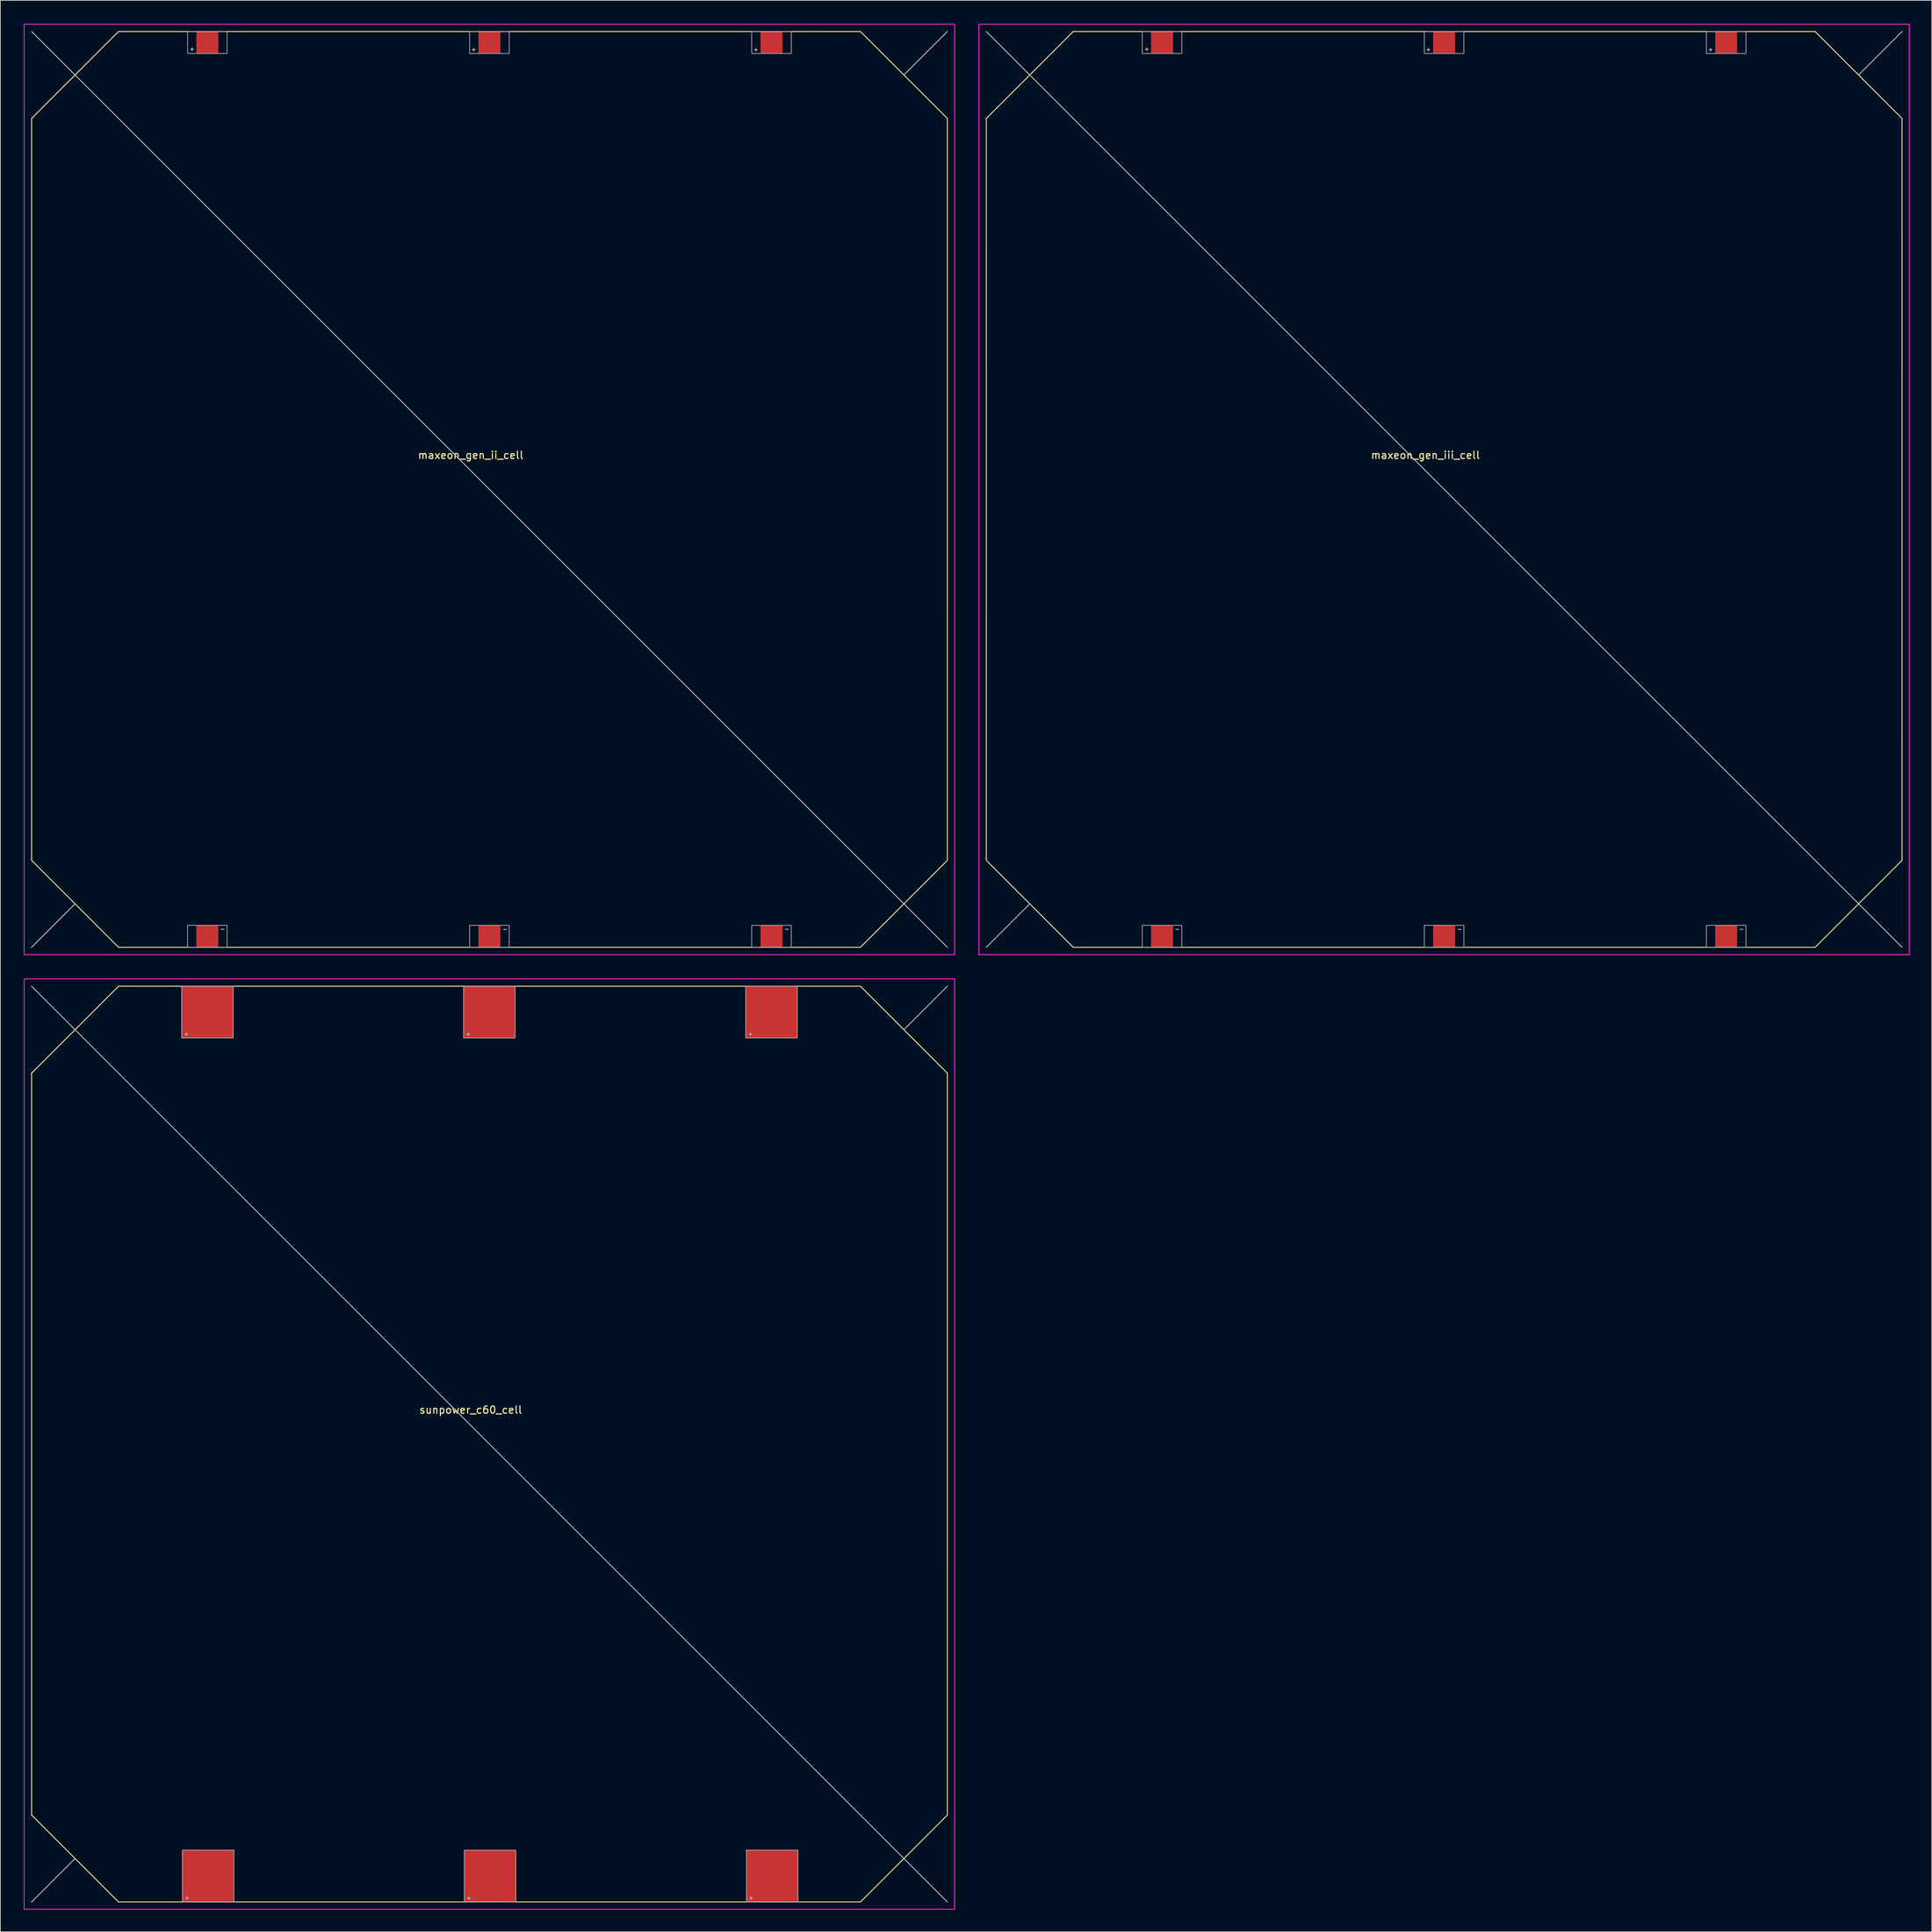
<source format=kicad_pcb>
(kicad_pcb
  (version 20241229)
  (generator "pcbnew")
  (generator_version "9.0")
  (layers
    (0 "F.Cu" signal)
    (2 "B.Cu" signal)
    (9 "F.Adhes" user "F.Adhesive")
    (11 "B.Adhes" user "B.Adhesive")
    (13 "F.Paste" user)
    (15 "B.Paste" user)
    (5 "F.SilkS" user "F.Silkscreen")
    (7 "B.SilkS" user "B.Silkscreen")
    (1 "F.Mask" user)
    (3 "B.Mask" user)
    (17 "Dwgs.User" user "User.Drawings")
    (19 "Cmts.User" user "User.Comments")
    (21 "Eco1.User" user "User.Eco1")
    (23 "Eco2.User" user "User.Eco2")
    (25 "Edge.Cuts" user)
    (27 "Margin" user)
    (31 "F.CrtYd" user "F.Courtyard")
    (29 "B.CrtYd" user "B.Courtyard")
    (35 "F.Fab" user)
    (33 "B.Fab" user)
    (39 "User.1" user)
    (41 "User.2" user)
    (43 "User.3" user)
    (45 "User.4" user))
  (footprint "maxeon_gen_iii_cell"
    (layer "F.Cu")
    (at 130.56 0.25)
    (property "Reference" "maxeon_gen_iii_cell" (at 60.95 58.83 0) (unlocked yes) (layer "F.SilkS") (effects (font (size 1 1) (thickness 0.15))))
    (attr smd)
    (fp_line (start 1.013 12.867) (end 1.014 114.134) (stroke (width 0.12) (type solid)) (layer "F.SilkS"))
    (fp_line (start 1.013 12.867) (end 6.944 6.936) (stroke (width 0.12) (type solid)) (layer "F.SilkS"))
    (fp_line (start 6.944 6.936) (end 12.876 1.004) (stroke (width 0.12) (type solid)) (layer "F.SilkS"))
    (fp_line (start 6.946 120.066) (end 1.014 114.134) (stroke (width 0.12) (type solid)) (layer "F.SilkS"))
    (fp_line (start 12.876 1.004) (end 114.143 1.003) (stroke (width 0.12) (type solid)) (layer "F.SilkS"))
    (fp_line (start 12.877 125.997) (end 6.946 120.066) (stroke (width 0.12) (type solid)) (layer "F.SilkS"))
    (fp_line (start 114.143 1.003) (end 120.074 6.934) (stroke (width 0.12) (type solid)) (layer "F.SilkS"))
    (fp_line (start 114.144 125.996) (end 12.877 125.997) (stroke (width 0.12) (type solid)) (layer "F.SilkS"))
    (fp_line (start 120.074 6.934) (end 126.006 12.866) (stroke (width 0.12) (type solid)) (layer "F.SilkS"))
    (fp_line (start 120.076 120.064) (end 114.144 125.996) (stroke (width 0.12) (type solid)) (layer "F.SilkS"))
    (fp_line (start 126.007 114.133) (end 120.076 120.064) (stroke (width 0.12) (type solid)) (layer "F.SilkS"))
    (fp_line (start 126.007 114.133) (end 126.006 12.866) (stroke (width 0.12) (type solid)) (layer "F.SilkS"))
    (fp_line (start 1.01 1) (end 6.941 6.931) (stroke (width 0.12) (type solid)) (layer "Dwgs.User"))
    (fp_line (start 1.01 126) (end 6.941 120.069) (stroke (width 0.12) (type solid)) (layer "Dwgs.User"))
    (fp_line (start 6.941 6.931) (end 120.079 120.069) (stroke (width 0.12) (type solid)) (layer "Dwgs.User"))
    (fp_line (start 126.01 1) (end 120.079 6.931) (stroke (width 0.12) (type solid)) (layer "Dwgs.User"))
    (fp_line (start 126.01 126) (end 120.079 120.069) (stroke (width 0.12) (type solid)) (layer "Dwgs.User"))
    (fp_rect (start 0 0) (end 127 127) (stroke (width 0.12) (type solid)) (fill no) (layer "F.CrtYd"))
    (fp_rect (start 22.3 1) (end 27.7 4) (stroke (width 0.1) (type solid)) (fill no) (layer "F.Fab"))
    (fp_rect (start 22.3 123) (end 27.7 126) (stroke (width 0.1) (type solid)) (fill no) (layer "F.Fab"))
    (fp_rect (start 60.8 1) (end 66.2 4) (stroke (width 0.1) (type solid)) (fill no) (layer "F.Fab"))
    (fp_rect (start 60.8 123) (end 66.2 126) (stroke (width 0.1) (type solid)) (fill no) (layer "F.Fab"))
    (fp_rect (start 99.3 1) (end 104.7 4) (stroke (width 0.1) (type solid)) (fill no) (layer "F.Fab"))
    (fp_rect (start 99.3 123) (end 104.7 126) (stroke (width 0.1) (type solid)) (fill no) (layer "F.Fab"))
    (fp_text user "-" (at 104.09 123.51 0) (unlocked yes) (layer "F.Fab") (effects (font (size 0.5 0.5) (thickness 0.125))))
    (fp_text user "-" (at 27.08 123.51 0) (unlocked yes) (layer "F.Fab") (effects (font (size 0.5 0.5) (thickness 0.125))))
    (fp_text user "+" (at 99.87 3.46 0) (unlocked yes) (layer "F.Fab") (effects (font (size 0.5 0.5) (thickness 0.125))))
    (fp_text user "+" (at 61.36 3.45 0) (unlocked yes) (layer "F.Fab") (effects (font (size 0.5 0.5) (thickness 0.125))))
    (fp_text user "-" (at 65.63 123.52 0) (unlocked yes) (layer "F.Fab") (effects (font (size 0.5 0.5) (thickness 0.125))))
    (fp_text user "+" (at 22.92 3.39 0) (unlocked yes) (layer "F.Fab") (effects (font (size 0.5 0.5) (thickness 0.125))))
    (pad "1" smd rect (at 25 2.5 90) (size 3 3) (layers "F.Cu" "F.Mask" "F.Paste"))
    (pad "1" smd rect (at 63.5 2.5 90) (size 3 3) (layers "F.Cu" "F.Mask" "F.Paste"))
    (pad "1" smd rect (at 102 2.5 90) (size 3 3) (layers "F.Cu" "F.Mask" "F.Paste"))
    (pad "2" smd rect (at 25 124.5 90) (size 3 3) (layers "F.Cu" "F.Mask" "F.Paste"))
    (pad "2" smd rect (at 63.5 124.5 90) (size 3 3) (layers "F.Cu" "F.Mask" "F.Paste"))
    (pad "2" smd rect (at 102 124.5 90) (size 3 3) (layers "F.Cu" "F.Mask" "F.Paste")))
  (footprint "maxeon_gen_ii_cell"
    (layer "F.Cu")
    (at 0.25 0.25)
    (property "Reference" "maxeon_gen_ii_cell" (at 60.95 58.83 0) (unlocked yes) (layer "F.SilkS") (effects (font (size 1 1) (thickness 0.15))))
    (attr smd)
    (fp_line (start 1.013 12.867) (end 1.014 114.134) (stroke (width 0.12) (type solid)) (layer "F.SilkS"))
    (fp_line (start 1.013 12.867) (end 6.944 6.936) (stroke (width 0.12) (type solid)) (layer "F.SilkS"))
    (fp_line (start 6.944 6.936) (end 12.876 1.004) (stroke (width 0.12) (type solid)) (layer "F.SilkS"))
    (fp_line (start 6.946 120.066) (end 1.014 114.134) (stroke (width 0.12) (type solid)) (layer "F.SilkS"))
    (fp_line (start 12.876 1.004) (end 114.143 1.003) (stroke (width 0.12) (type solid)) (layer "F.SilkS"))
    (fp_line (start 12.877 125.997) (end 6.946 120.066) (stroke (width 0.12) (type solid)) (layer "F.SilkS"))
    (fp_line (start 114.143 1.003) (end 120.074 6.934) (stroke (width 0.12) (type solid)) (layer "F.SilkS"))
    (fp_line (start 114.144 125.996) (end 12.877 125.997) (stroke (width 0.12) (type solid)) (layer "F.SilkS"))
    (fp_line (start 120.074 6.934) (end 126.006 12.866) (stroke (width 0.12) (type solid)) (layer "F.SilkS"))
    (fp_line (start 120.076 120.064) (end 114.144 125.996) (stroke (width 0.12) (type solid)) (layer "F.SilkS"))
    (fp_line (start 126.007 114.133) (end 120.076 120.064) (stroke (width 0.12) (type solid)) (layer "F.SilkS"))
    (fp_line (start 126.007 114.133) (end 126.006 12.866) (stroke (width 0.12) (type solid)) (layer "F.SilkS"))
    (fp_line (start 1.01 1) (end 6.941 6.931) (stroke (width 0.12) (type solid)) (layer "Dwgs.User"))
    (fp_line (start 1.01 126) (end 6.941 120.069) (stroke (width 0.12) (type solid)) (layer "Dwgs.User"))
    (fp_line (start 6.941 6.931) (end 120.079 120.069) (stroke (width 0.12) (type solid)) (layer "Dwgs.User"))
    (fp_line (start 126.01 1) (end 120.079 6.931) (stroke (width 0.12) (type solid)) (layer "Dwgs.User"))
    (fp_line (start 126.01 126) (end 120.079 120.069) (stroke (width 0.12) (type solid)) (layer "Dwgs.User"))
    (fp_rect (start 0 0) (end 127 127) (stroke (width 0.12) (type solid)) (fill no) (layer "F.CrtYd"))
    (fp_rect (start 22.3 1) (end 27.7 4) (stroke (width 0.1) (type solid)) (fill no) (layer "F.Fab"))
    (fp_rect (start 22.3 123) (end 27.7 126) (stroke (width 0.1) (type solid)) (fill no) (layer "F.Fab"))
    (fp_rect (start 60.8 1) (end 66.2 4) (stroke (width 0.1) (type solid)) (fill no) (layer "F.Fab"))
    (fp_rect (start 60.8 123) (end 66.2 126) (stroke (width 0.1) (type solid)) (fill no) (layer "F.Fab"))
    (fp_rect (start 99.3 1) (end 104.7 4) (stroke (width 0.1) (type solid)) (fill no) (layer "F.Fab"))
    (fp_rect (start 99.3 123) (end 104.7 126) (stroke (width 0.1) (type solid)) (fill no) (layer "F.Fab"))
    (fp_text user "+" (at 61.36 3.45 0) (unlocked yes) (layer "F.Fab") (effects (font (size 0.5 0.5) (thickness 0.125))))
    (fp_text user "-" (at 65.63 123.52 0) (unlocked yes) (layer "F.Fab") (effects (font (size 0.5 0.5) (thickness 0.125))))
    (fp_text user "+" (at 99.87 3.46 0) (unlocked yes) (layer "F.Fab") (effects (font (size 0.5 0.5) (thickness 0.125))))
    (fp_text user "-" (at 104.09 123.51 0) (unlocked yes) (layer "F.Fab") (effects (font (size 0.5 0.5) (thickness 0.125))))
    (fp_text user "-" (at 27.08 123.51 0) (unlocked yes) (layer "F.Fab") (effects (font (size 0.5 0.5) (thickness 0.125))))
    (fp_text user "+" (at 22.92 3.39 0) (unlocked yes) (layer "F.Fab") (effects (font (size 0.5 0.5) (thickness 0.125))))
    (pad "1" smd rect (at 25 2.5 90) (size 3 3) (layers "F.Cu" "F.Mask" "F.Paste"))
    (pad "1" smd rect (at 63.5 2.5 90) (size 3 3) (layers "F.Cu" "F.Mask" "F.Paste"))
    (pad "1" smd rect (at 102 2.5 90) (size 3 3) (layers "F.Cu" "F.Mask" "F.Paste"))
    (pad "2" smd rect (at 25 124.5 90) (size 3 3) (layers "F.Cu" "F.Mask" "F.Paste"))
    (pad "2" smd rect (at 63.5 124.5 90) (size 3 3) (layers "F.Cu" "F.Mask" "F.Paste"))
    (pad "2" smd rect (at 102 124.5 90) (size 3 3) (layers "F.Cu" "F.Mask" "F.Paste")))
  (footprint "sunpower_c60_cell"
    (layer "F.Cu")
    (at 0.25 130.56)
    (property "Reference" "sunpower_c60_cell" (at 60.95 58.83 0) (unlocked yes) (layer "F.SilkS") (effects (font (size 1 1) (thickness 0.15))))
    (attr smd)
    (fp_line (start 1.013 12.867) (end 1.014 114.134) (stroke (width 0.12) (type solid)) (layer "F.SilkS"))
    (fp_line (start 1.013 12.867) (end 6.944 6.936) (stroke (width 0.12) (type solid)) (layer "F.SilkS"))
    (fp_line (start 6.944 6.936) (end 12.876 1.004) (stroke (width 0.12) (type solid)) (layer "F.SilkS"))
    (fp_line (start 6.946 120.066) (end 1.014 114.134) (stroke (width 0.12) (type solid)) (layer "F.SilkS"))
    (fp_line (start 12.876 1.004) (end 114.143 1.003) (stroke (width 0.12) (type solid)) (layer "F.SilkS"))
    (fp_line (start 12.877 125.997) (end 6.946 120.066) (stroke (width 0.12) (type solid)) (layer "F.SilkS"))
    (fp_line (start 114.143 1.003) (end 120.074 6.934) (stroke (width 0.12) (type solid)) (layer "F.SilkS"))
    (fp_line (start 114.144 125.996) (end 12.877 125.997) (stroke (width 0.12) (type solid)) (layer "F.SilkS"))
    (fp_line (start 120.074 6.934) (end 126.006 12.866) (stroke (width 0.12) (type solid)) (layer "F.SilkS"))
    (fp_line (start 120.076 120.064) (end 114.144 125.996) (stroke (width 0.12) (type solid)) (layer "F.SilkS"))
    (fp_line (start 126.007 114.133) (end 120.076 120.064) (stroke (width 0.12) (type solid)) (layer "F.SilkS"))
    (fp_line (start 126.007 114.133) (end 126.006 12.866) (stroke (width 0.12) (type solid)) (layer "F.SilkS"))
    (fp_line (start 1.01 1) (end 6.941 6.931) (stroke (width 0.12) (type solid)) (layer "Dwgs.User"))
    (fp_line (start 1.01 126) (end 6.941 120.069) (stroke (width 0.12) (type solid)) (layer "Dwgs.User"))
    (fp_line (start 6.941 6.931) (end 120.079 120.069) (stroke (width 0.12) (type solid)) (layer "Dwgs.User"))
    (fp_line (start 126.01 1) (end 120.079 6.931) (stroke (width 0.12) (type solid)) (layer "Dwgs.User"))
    (fp_line (start 126.01 126) (end 120.079 120.069) (stroke (width 0.12) (type solid)) (layer "Dwgs.User"))
    (fp_rect (start 0 0) (end 127 127) (stroke (width 0.12) (type solid)) (fill no) (layer "F.CrtYd"))
    (fp_rect (start 21.5 1) (end 28.53 8.06) (stroke (width 0.1) (type solid)) (fill no) (layer "F.Fab"))
    (fp_rect (start 21.6 118.92) (end 28.63 125.98) (stroke (width 0.1) (type solid)) (fill no) (layer "F.Fab"))
    (fp_rect (start 59.975 1.01) (end 67.005 8.07) (stroke (width 0.1) (type solid)) (fill no) (layer "F.Fab"))
    (fp_rect (start 60.075 118.93) (end 67.105 125.99) (stroke (width 0.1) (type solid)) (fill no) (layer "F.Fab"))
    (fp_rect (start 98.485 1) (end 105.515 8.06) (stroke (width 0.1) (type solid)) (fill no) (layer "F.Fab"))
    (fp_rect (start 98.585 118.92) (end 105.615 125.98) (stroke (width 0.1) (type solid)) (fill no) (layer "F.Fab"))
    (fp_text user "+" (at 60.605 7.51 0) (unlocked yes) (layer "F.Fab") (effects (font (size 0.5 0.5) (thickness 0.125))))
    (fp_text user "+" (at 22.23 125.42 0) (unlocked yes) (layer "F.Fab") (effects (font (size 0.5 0.5) (thickness 0.125))))
    (fp_text user "+" (at 60.705 125.43 0) (unlocked yes) (layer "F.Fab") (effects (font (size 0.5 0.5) (thickness 0.125))))
    (fp_text user "+" (at 99.215 125.42 0) (unlocked yes) (layer "F.Fab") (effects (font (size 0.5 0.5) (thickness 0.125))))
    (fp_text user "+" (at 99.115 7.5 0) (unlocked yes) (layer "F.Fab") (effects (font (size 0.5 0.5) (thickness 0.125))))
    (fp_text user "+" (at 22.13 7.5 0) (unlocked yes) (layer "F.Fab") (effects (font (size 0.5 0.5) (thickness 0.125))))
    (pad "1" smd rect (at 25 4.55 90) (size 7.1 7.1) (layers "F.Cu" "F.Mask" "F.Paste"))
    (pad "1" smd rect (at 63.5 4.55 90) (size 7.1 7.1) (layers "F.Cu" "F.Mask" "F.Paste"))
    (pad "1" smd rect (at 102 4.55 90) (size 7.1 7.1) (layers "F.Cu" "F.Mask" "F.Paste"))
    (pad "2" smd rect (at 25.1 122.47 90) (size 7.1 7.1) (layers "F.Cu" "F.Mask" "F.Paste"))
    (pad "2" smd rect (at 63.6 122.47 90) (size 7.1 7.1) (layers "F.Cu" "F.Mask" "F.Paste"))
    (pad "2" smd rect (at 102.1 122.47 90) (size 7.1 7.1) (layers "F.Cu" "F.Mask" "F.Paste")))
  (gr_rect
    (start -3 -3)
    (end 260.62 260.62)
    (stroke (width 0.1) (type default))
    (fill no)
    (layer "Edge.Cuts")))
</source>
